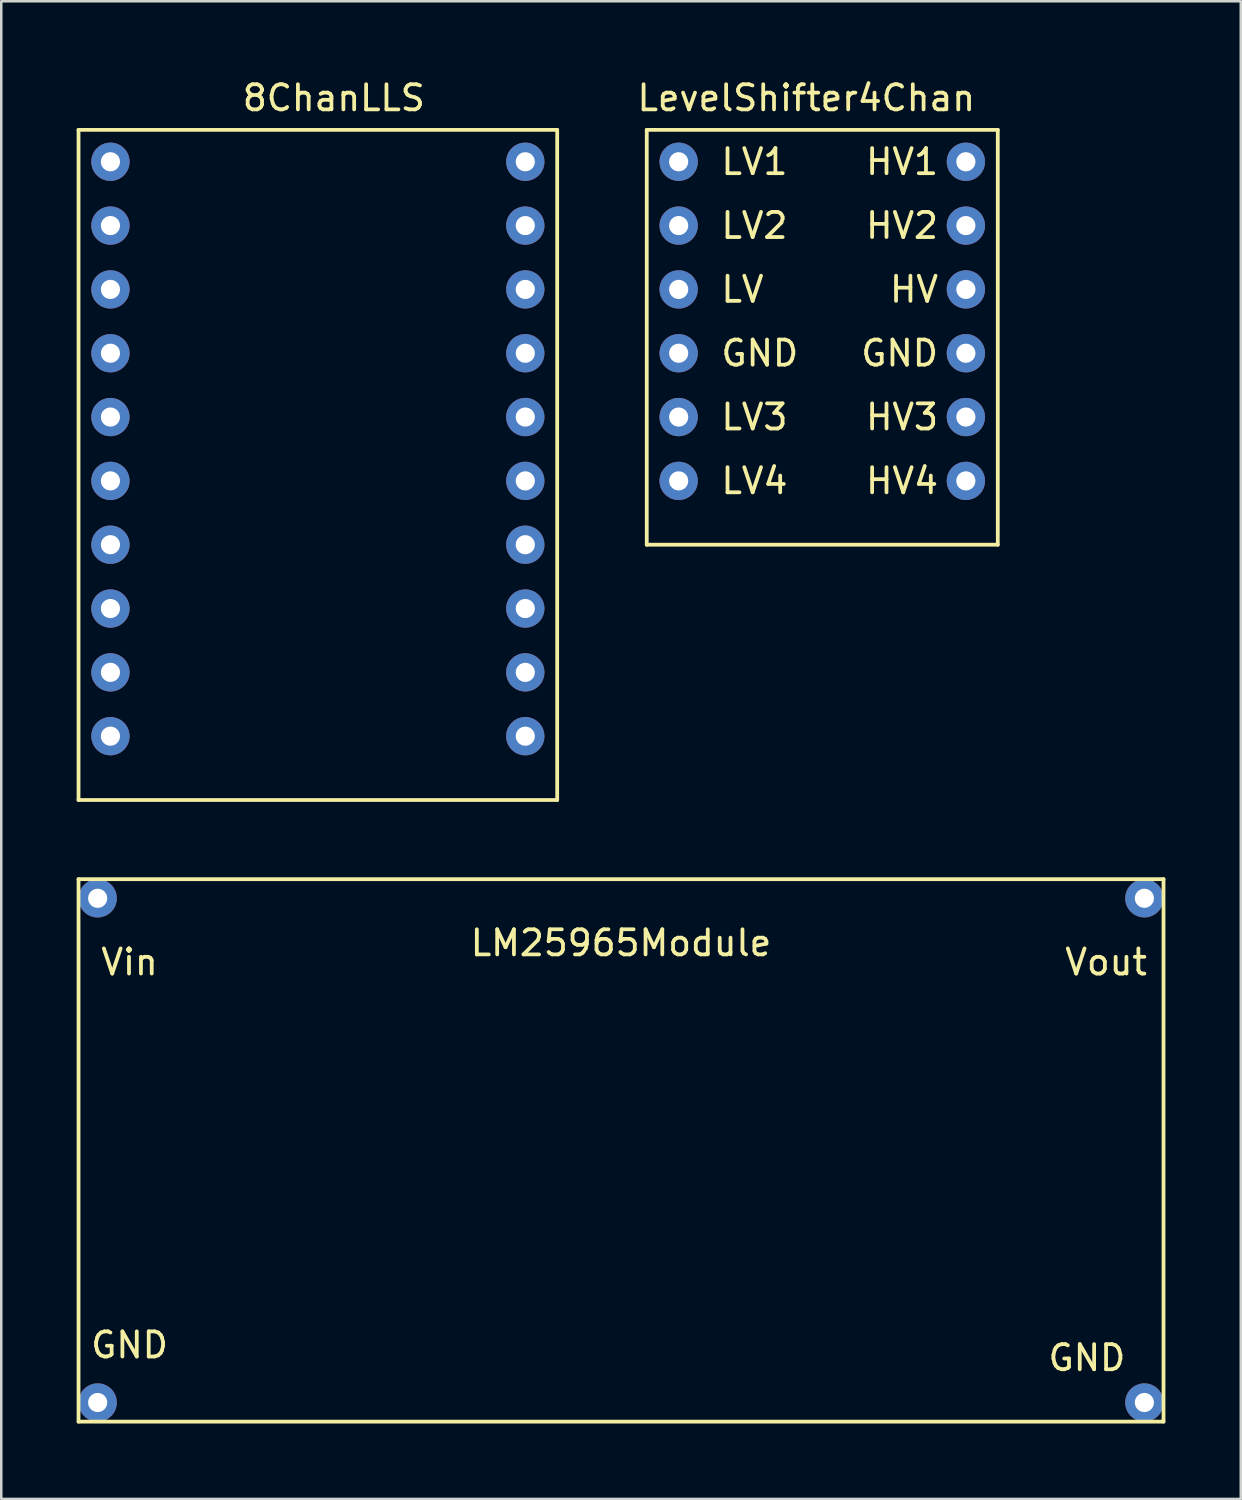
<source format=kicad_pcb>
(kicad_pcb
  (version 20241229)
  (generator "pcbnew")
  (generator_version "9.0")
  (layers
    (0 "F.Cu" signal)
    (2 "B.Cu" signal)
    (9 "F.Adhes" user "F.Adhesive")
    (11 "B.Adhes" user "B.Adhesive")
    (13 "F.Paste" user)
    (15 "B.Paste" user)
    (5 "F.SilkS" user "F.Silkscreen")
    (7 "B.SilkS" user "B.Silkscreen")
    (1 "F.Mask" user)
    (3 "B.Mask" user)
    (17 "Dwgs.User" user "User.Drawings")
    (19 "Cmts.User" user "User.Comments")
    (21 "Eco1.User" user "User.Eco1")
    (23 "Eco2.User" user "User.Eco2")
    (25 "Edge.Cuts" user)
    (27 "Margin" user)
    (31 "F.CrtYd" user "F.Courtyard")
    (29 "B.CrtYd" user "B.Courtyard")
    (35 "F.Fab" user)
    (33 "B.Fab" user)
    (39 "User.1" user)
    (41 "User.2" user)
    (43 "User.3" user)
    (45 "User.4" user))
  (footprint "LevelShifter4Chan"
    (layer "F.Cu")
    (at 29.039 8.468)
    (property "Reference" "LevelShifter4Chan" (at 0 -7.62 0) (layer "F.SilkS") (effects (font (size 1 1) (thickness 0.15))))
    (attr through_hole)
    (fp_line (start -6.35 -6.35) (end 7.62 -6.35) (stroke (width 0.15) (type solid)) (layer "F.SilkS"))
    (fp_line (start -6.35 10.16) (end -6.35 -6.35) (stroke (width 0.15) (type solid)) (layer "F.SilkS"))
    (fp_line (start 7.62 -6.35) (end 7.62 10.16) (stroke (width 0.15) (type solid)) (layer "F.SilkS"))
    (fp_line (start 7.62 10.16) (end -6.35 10.16) (stroke (width 0.15) (type solid)) (layer "F.SilkS"))
    (fp_text user "LV2" (at -2.064 -2.54 0) (layer "F.SilkS") (effects (font (size 1 1) (thickness 0.15))))
    (fp_text user "LV1" (at -2.064 -5.08 0) (layer "F.SilkS") (effects (font (size 1 1) (thickness 0.15))))
    (fp_text user "LV" (at -2.54 0 0) (layer "F.SilkS") (effects (font (size 1 1) (thickness 0.15))))
    (fp_text user "HV4" (at 3.81 7.62 0) (layer "F.SilkS") (effects (font (size 1 1) (thickness 0.15))))
    (fp_text user "HV" (at 4.286 0 0) (layer "F.SilkS") (effects (font (size 1 1) (thickness 0.15))))
    (fp_text user "HV3" (at 3.81 5.08 0) (layer "F.SilkS") (effects (font (size 1 1) (thickness 0.15))))
    (fp_text user "HV1" (at 3.81 -5.08 0) (layer "F.SilkS") (effects (font (size 1 1) (thickness 0.15))))
    (fp_text user "GND" (at -1.85 2.54 0) (layer "F.SilkS") (effects (font (size 1 1) (thickness 0.15))))
    (fp_text user "LV4" (at -2.064 7.62 0) (layer "F.SilkS") (effects (font (size 1 1) (thickness 0.15))))
    (fp_text user "HV2" (at 3.81 -2.54 0) (layer "F.SilkS") (effects (font (size 1 1) (thickness 0.15))))
    (fp_text user "GND" (at 3.715 2.54 0) (layer "F.SilkS") (effects (font (size 1 1) (thickness 0.15))))
    (fp_text user "LV3" (at -2.064 5.08 0) (layer "F.SilkS") (effects (font (size 1 1) (thickness 0.15))))
    (pad "1" thru_hole circle (at -5.08 -5.08) (size 1.524 1.524) (drill 0.762) (layers "*.Cu" "*.Mask"))
    (pad "2" thru_hole circle (at -5.08 -2.54) (size 1.524 1.524) (drill 0.762) (layers "*.Cu" "*.Mask"))
    (pad "3" thru_hole circle (at -5.08 0) (size 1.524 1.524) (drill 0.762) (layers "*.Cu" "*.Mask"))
    (pad "4" thru_hole circle (at -5.08 2.54) (size 1.524 1.524) (drill 0.762) (layers "*.Cu" "*.Mask"))
    (pad "5" thru_hole circle (at -5.08 5.08) (size 1.524 1.524) (drill 0.762) (layers "*.Cu" "*.Mask"))
    (pad "6" thru_hole circle (at -5.08 7.62) (size 1.524 1.524) (drill 0.762) (layers "*.Cu" "*.Mask"))
    (pad "7" thru_hole circle (at 6.35 7.62) (size 1.524 1.524) (drill 0.762) (layers "*.Cu" "*.Mask"))
    (pad "8" thru_hole circle (at 6.35 5.08) (size 1.524 1.524) (drill 0.762) (layers "*.Cu" "*.Mask"))
    (pad "9" thru_hole circle (at 6.35 2.54) (size 1.524 1.524) (drill 0.762) (layers "*.Cu" "*.Mask"))
    (pad "10" thru_hole circle (at 6.35 0) (size 1.524 1.524) (drill 0.762) (layers "*.Cu" "*.Mask"))
    (pad "11" thru_hole circle (at 6.35 -2.54) (size 1.524 1.524) (drill 0.762) (layers "*.Cu" "*.Mask"))
    (pad "12" thru_hole circle (at 6.35 -5.08) (size 1.524 1.524) (drill 0.762) (layers "*.Cu" "*.Mask")))
  (footprint "LM25965Module"
    (layer "F.Cu")
    (at 12.775 35.748)
    (property "Reference" "LM25965Module" (at 8.89 -1.27 0) (layer "F.SilkS") (effects (font (size 1 1) (thickness 0.15))))
    (attr through_hole)
    (fp_line (start -12.7 -3.81) (end 30.48 -3.81) (stroke (width 0.15) (type solid)) (layer "F.SilkS"))
    (fp_line (start -12.7 17.78) (end -12.7 -3.81) (stroke (width 0.15) (type solid)) (layer "F.SilkS"))
    (fp_line (start 30.48 -3.81) (end 30.48 17.78) (stroke (width 0.15) (type solid)) (layer "F.SilkS"))
    (fp_line (start 30.48 17.78) (end -12.7 17.78) (stroke (width 0.15) (type solid)) (layer "F.SilkS"))
    (fp_text user "GND" (at -10.668 14.732 0) (layer "F.SilkS") (effects (font (size 1 1) (thickness 0.15))))
    (fp_text user "Vin" (at -10.668 -0.508 0) (layer "F.SilkS") (effects (font (size 1 1) (thickness 0.15))))
    (fp_text user "GND" (at 27.432 15.24 0) (layer "F.SilkS") (effects (font (size 1 1) (thickness 0.15))))
    (fp_text user "Vout" (at 28.194 -0.508 0) (layer "F.SilkS") (effects (font (size 1 1) (thickness 0.15))))
    (pad "1" thru_hole circle (at -11.938 -3.048) (size 1.524 1.524) (drill 0.762) (layers "*.Cu" "*.Mask"))
    (pad "2" thru_hole circle (at -11.938 17.018) (size 1.524 1.524) (drill 0.762) (layers "*.Cu" "*.Mask"))
    (pad "3" thru_hole circle (at 29.718 17.018) (size 1.524 1.524) (drill 0.762) (layers "*.Cu" "*.Mask"))
    (pad "4" thru_hole circle (at 29.718 -3.048) (size 1.524 1.524) (drill 0.762) (layers "*.Cu" "*.Mask")))
  (footprint "8ChanLLS"
    (layer "F.Cu")
    (at 11.505 14.818)
    (property "Reference" "8ChanLLS" (at -1.27 -13.97 0) (layer "F.SilkS") (effects (font (size 1 1) (thickness 0.15))))
    (attr through_hole)
    (fp_line (start -11.43 -12.7) (end 7.62 -12.7) (stroke (width 0.15) (type solid)) (layer "F.SilkS"))
    (fp_line (start -11.43 13.97) (end -11.43 -12.7) (stroke (width 0.15) (type solid)) (layer "F.SilkS"))
    (fp_line (start 7.62 -12.7) (end 7.62 13.97) (stroke (width 0.15) (type solid)) (layer "F.SilkS"))
    (fp_line (start 7.62 13.97) (end -11.43 13.97) (stroke (width 0.15) (type solid)) (layer "F.SilkS"))
    (pad "1" thru_hole circle (at -10.16 -11.43) (size 1.524 1.524) (drill 0.762) (layers "*.Cu" "*.Mask"))
    (pad "2" thru_hole circle (at -10.16 -8.89) (size 1.524 1.524) (drill 0.762) (layers "*.Cu" "*.Mask"))
    (pad "3" thru_hole circle (at -10.16 -6.35) (size 1.524 1.524) (drill 0.762) (layers "*.Cu" "*.Mask"))
    (pad "4" thru_hole circle (at -10.16 -3.81) (size 1.524 1.524) (drill 0.762) (layers "*.Cu" "*.Mask"))
    (pad "5" thru_hole circle (at -10.16 -1.27) (size 1.524 1.524) (drill 0.762) (layers "*.Cu" "*.Mask"))
    (pad "6" thru_hole circle (at -10.16 1.27) (size 1.524 1.524) (drill 0.762) (layers "*.Cu" "*.Mask"))
    (pad "7" thru_hole circle (at -10.16 3.81) (size 1.524 1.524) (drill 0.762) (layers "*.Cu" "*.Mask"))
    (pad "8" thru_hole circle (at -10.16 6.35) (size 1.524 1.524) (drill 0.762) (layers "*.Cu" "*.Mask"))
    (pad "9" thru_hole circle (at -10.16 8.89) (size 1.524 1.524) (drill 0.762) (layers "*.Cu" "*.Mask"))
    (pad "10" thru_hole circle (at -10.16 11.43) (size 1.524 1.524) (drill 0.762) (layers "*.Cu" "*.Mask"))
    (pad "11" thru_hole circle (at 6.35 11.43) (size 1.524 1.524) (drill 0.762) (layers "*.Cu" "*.Mask"))
    (pad "12" thru_hole circle (at 6.35 8.89) (size 1.524 1.524) (drill 0.762) (layers "*.Cu" "*.Mask"))
    (pad "13" thru_hole circle (at 6.35 6.35) (size 1.524 1.524) (drill 0.762) (layers "*.Cu" "*.Mask"))
    (pad "14" thru_hole circle (at 6.35 3.81) (size 1.524 1.524) (drill 0.762) (layers "*.Cu" "*.Mask"))
    (pad "15" thru_hole circle (at 6.35 1.27) (size 1.524 1.524) (drill 0.762) (layers "*.Cu" "*.Mask"))
    (pad "16" thru_hole circle (at 6.35 -1.27) (size 1.524 1.524) (drill 0.762) (layers "*.Cu" "*.Mask"))
    (pad "17" thru_hole circle (at 6.35 -3.81) (size 1.524 1.524) (drill 0.762) (layers "*.Cu" "*.Mask"))
    (pad "18" thru_hole circle (at 6.35 -6.35) (size 1.524 1.524) (drill 0.762) (layers "*.Cu" "*.Mask"))
    (pad "19" thru_hole circle (at 6.35 -8.89) (size 1.524 1.524) (drill 0.762) (layers "*.Cu" "*.Mask"))
    (pad "20" thru_hole circle (at 6.35 -11.43) (size 1.524 1.524) (drill 0.762) (layers "*.Cu" "*.Mask")))
  (gr_rect
    (start -3 -3)
    (end 46.33 56.603)
    (stroke (width 0.1) (type default))
    (fill no)
    (layer "Edge.Cuts")))
</source>
